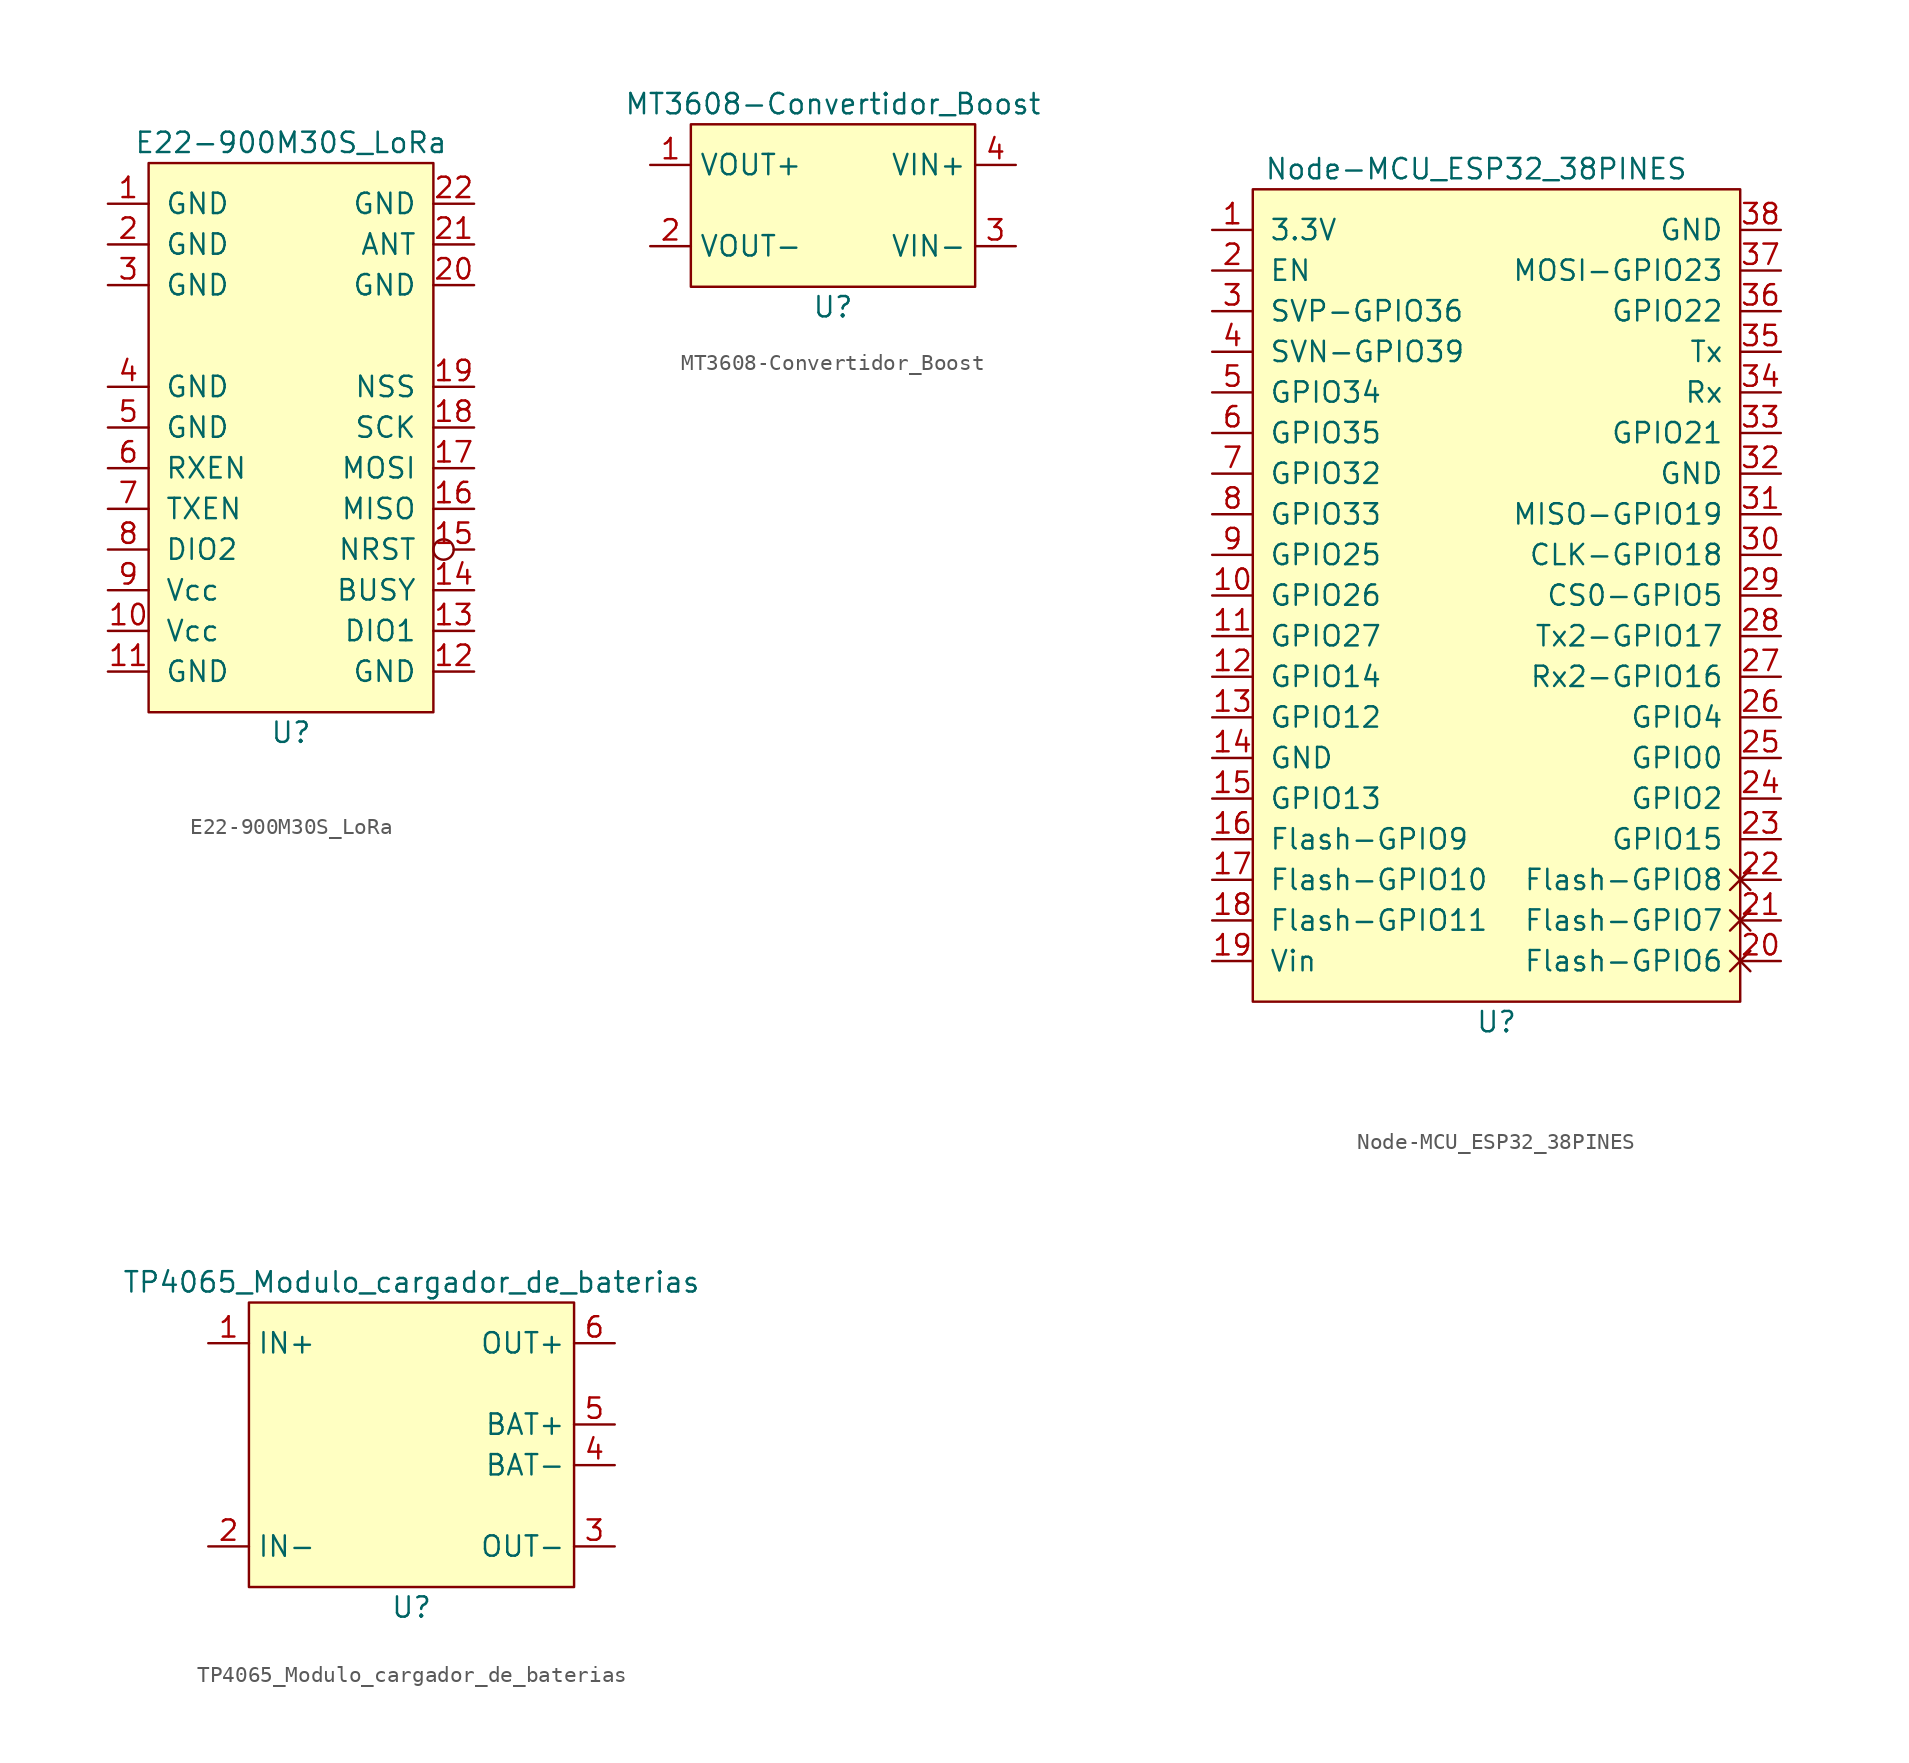
<source format=kicad_sym>
(kicad_symbol_lib
  (version 20220914)
  (generator kicad_symbol_editor)
  (symbol "E22-900M30S_LoRa"
    (pin_names
      (offset 1.016))
    (property "Reference" "U"
      (at 0 -19.05 0)
      (effects (font (size 1.27 1.27))))
    (property "Value" "E22-900M30S_LoRa"
      (at 0 17.78 0)
      (effects (font (size 1.27 1.27))))
    (symbol "E22-900M30S_LoRa_0_1"
      (rectangle (start 8.89 16.51) (end -8.89 -17.78) (stroke (width 0) (type default)) (fill (type background))))
    (symbol "E22-900M30S_LoRa_1_1"
      (pin power_in line (at -11.43 13.97 0) (length 2.54) (name "GND" (effects (font (size 1.27 1.27)))) (number "1" (effects (font (size 1.27 1.27)))))
      (pin power_in line (at -11.43 -12.7 0) (length 2.54) (name "Vcc" (effects (font (size 1.27 1.27)))) (number "10" (effects (font (size 1.27 1.27)))))
      (pin power_in line (at -11.43 -15.24 0) (length 2.54) (name "GND" (effects (font (size 1.27 1.27)))) (number "11" (effects (font (size 1.27 1.27)))))
      (pin power_in line (at 11.43 -15.24 180) (length 2.54) (name "GND" (effects (font (size 1.27 1.27)))) (number "12" (effects (font (size 1.27 1.27)))))
      (pin bidirectional line (at 11.43 -12.7 180) (length 2.54) (name "DIO1" (effects (font (size 1.27 1.27)))) (number "13" (effects (font (size 1.27 1.27)))))
      (pin output line (at 11.43 -10.16 180) (length 2.54) (name "BUSY" (effects (font (size 1.27 1.27)))) (number "14" (effects (font (size 1.27 1.27)))))
      (pin input inverted (at 11.43 -7.62 180) (length 2.54) (name "NRST" (effects (font (size 1.27 1.27)))) (number "15" (effects (font (size 1.27 1.27)))))
      (pin output line (at 11.43 -5.08 180) (length 2.54) (name "MISO" (effects (font (size 1.27 1.27)))) (number "16" (effects (font (size 1.27 1.27)))))
      (pin input line (at 11.43 -2.54 180) (length 2.54) (name "MOSI" (effects (font (size 1.27 1.27)))) (number "17" (effects (font (size 1.27 1.27)))))
      (pin input line (at 11.43 0 180) (length 2.54) (name "SCK" (effects (font (size 1.27 1.27)))) (number "18" (effects (font (size 1.27 1.27)))))
      (pin input line (at 11.43 2.54 180) (length 2.54) (name "NSS" (effects (font (size 1.27 1.27)))) (number "19" (effects (font (size 1.27 1.27)))))
      (pin power_in line (at -11.43 11.43 0) (length 2.54) (name "GND" (effects (font (size 1.27 1.27)))) (number "2" (effects (font (size 1.27 1.27)))))
      (pin power_in line (at 11.43 8.89 180) (length 2.54) (name "GND" (effects (font (size 1.27 1.27)))) (number "20" (effects (font (size 1.27 1.27)))))
      (pin output line (at 11.43 11.43 180) (length 2.54) (name "ANT" (effects (font (size 1.27 1.27)))) (number "21" (effects (font (size 1.27 1.27)))))
      (pin power_in line (at 11.43 13.97 180) (length 2.54) (name "GND" (effects (font (size 1.27 1.27)))) (number "22" (effects (font (size 1.27 1.27)))))
      (pin power_in line (at -11.43 8.89 0) (length 2.54) (name "GND" (effects (font (size 1.27 1.27)))) (number "3" (effects (font (size 1.27 1.27)))))
      (pin power_in line (at -11.43 2.54 0) (length 2.54) (name "GND" (effects (font (size 1.27 1.27)))) (number "4" (effects (font (size 1.27 1.27)))))
      (pin power_in line (at -11.43 0 0) (length 2.54) (name "GND" (effects (font (size 1.27 1.27)))) (number "5" (effects (font (size 1.27 1.27)))))
      (pin input line (at -11.43 -2.54 0) (length 2.54) (name "RXEN" (effects (font (size 1.27 1.27)))) (number "6" (effects (font (size 1.27 1.27)))))
      (pin input line (at -11.43 -5.08 0) (length 2.54) (name "TXEN" (effects (font (size 1.27 1.27)))) (number "7" (effects (font (size 1.27 1.27)))))
      (pin bidirectional line (at -11.43 -7.62 0) (length 2.54) (name "DIO2" (effects (font (size 1.27 1.27)))) (number "8" (effects (font (size 1.27 1.27)))))
      (pin power_in line (at -11.43 -10.16 0) (length 2.54) (name "Vcc" (effects (font (size 1.27 1.27)))) (number "9" (effects (font (size 1.27 1.27)))))))
  (symbol "MT3608-Convertidor_Boost"
    (property "Reference" "U"
      (at 0 -6.35 0)
      (effects (font (size 1.27 1.27))))
    (property "Value" "MT3608-Convertidor_Boost"
      (at 0 6.35 0)
      (effects (font (size 1.27 1.27))))
    (symbol "MT3608-Convertidor_Boost_0_1"
      (rectangle (start -8.89 5.08) (end 8.89 -5.08) (stroke (width 0) (type default)) (fill (type background))))
    (symbol "MT3608-Convertidor_Boost_1_1"
      (pin power_out line (at -11.43 2.54 0) (length 2.54) (name "VOUT+" (effects (font (size 1.27 1.27)))) (number "1" (effects (font (size 1.27 1.27)))))
      (pin power_out line (at -11.43 -2.54 0) (length 2.54) (name "VOUT-" (effects (font (size 1.27 1.27)))) (number "2" (effects (font (size 1.27 1.27)))))
      (pin power_in line (at 11.43 -2.54 180) (length 2.54) (name "VIN-" (effects (font (size 1.27 1.27)))) (number "3" (effects (font (size 1.27 1.27)))))
      (pin power_in line (at 11.43 2.54 180) (length 2.54) (name "VIN+" (effects (font (size 1.27 1.27)))) (number "4" (effects (font (size 1.27 1.27)))))))
  (symbol "Node-MCU_ESP32_38PINES"
    (pin_names
      (offset 1.016))
    (property "Reference" "U"
      (at 0 -27.94 0)
      (effects (font (size 1.27 1.27))))
    (property "Value" "Node-MCU_ESP32_38PINES"
      (at -1.27 25.4 0)
      (effects (font (size 1.27 1.27))))
    (symbol "Node-MCU_ESP32_38PINES_0_1"
      (rectangle (start -15.24 24.13) (end 15.24 -26.67) (stroke (width 0) (type default)) (fill (type background))))
    (symbol "Node-MCU_ESP32_38PINES_1_1"
      (pin power_in line (at -17.78 21.59 0) (length 2.54) (name "3.3V" (effects (font (size 1.27 1.27)))) (number "1" (effects (font (size 1.27 1.27)))))
      (pin bidirectional line (at -17.78 -1.27 0) (length 2.54) (name "GPIO26" (effects (font (size 1.27 1.27)))) (number "10" (effects (font (size 1.27 1.27)))))
      (pin bidirectional line (at -17.78 -3.81 0) (length 2.54) (name "GPIO27" (effects (font (size 1.27 1.27)))) (number "11" (effects (font (size 1.27 1.27)))))
      (pin bidirectional line (at -17.78 -6.35 0) (length 2.54) (name "GPIO14" (effects (font (size 1.27 1.27)))) (number "12" (effects (font (size 1.27 1.27)))))
      (pin bidirectional line (at -17.78 -8.89 0) (length 2.54) (name "GPIO12" (effects (font (size 1.27 1.27)))) (number "13" (effects (font (size 1.27 1.27)))))
      (pin power_in line (at -17.78 -11.43 0) (length 2.54) (name "GND" (effects (font (size 1.27 1.27)))) (number "14" (effects (font (size 1.27 1.27)))))
      (pin bidirectional line (at -17.78 -13.97 0) (length 2.54) (name "GPIO13" (effects (font (size 1.27 1.27)))) (number "15" (effects (font (size 1.27 1.27)))))
      (pin bidirectional line (at -17.78 -16.51 0) (length 2.54) (name "Flash-GPIO9" (effects (font (size 1.27 1.27)))) (number "16" (effects (font (size 1.27 1.27)))))
      (pin bidirectional line (at -17.78 -19.05 0) (length 2.54) (name "Flash-GPIO10" (effects (font (size 1.27 1.27)))) (number "17" (effects (font (size 1.27 1.27)))))
      (pin bidirectional line (at -17.78 -21.59 0) (length 2.54) (name "Flash-GPIO11" (effects (font (size 1.27 1.27)))) (number "18" (effects (font (size 1.27 1.27)))))
      (pin power_in line (at -17.78 -24.13 0) (length 2.54) (name "Vin" (effects (font (size 1.27 1.27)))) (number "19" (effects (font (size 1.27 1.27)))))
      (pin input line (at -17.78 19.05 0) (length 2.54) (name "EN" (effects (font (size 1.27 1.27)))) (number "2" (effects (font (size 1.27 1.27)))))
      (pin output non_logic (at 17.78 -24.13 180) (length 2.54) (name "Flash-GPIO6" (effects (font (size 1.27 1.27)))) (number "20" (effects (font (size 1.27 1.27)))))
      (pin bidirectional non_logic (at 17.78 -21.59 180) (length 2.54) (name "Flash-GPIO7" (effects (font (size 1.27 1.27)))) (number "21" (effects (font (size 1.27 1.27)))))
      (pin bidirectional non_logic (at 17.78 -19.05 180) (length 2.54) (name "Flash-GPIO8" (effects (font (size 1.27 1.27)))) (number "22" (effects (font (size 1.27 1.27)))))
      (pin bidirectional line (at 17.78 -16.51 180) (length 2.54) (name "GPIO15" (effects (font (size 1.27 1.27)))) (number "23" (effects (font (size 1.27 1.27)))))
      (pin bidirectional line (at 17.78 -13.97 180) (length 2.54) (name "GPIO2" (effects (font (size 1.27 1.27)))) (number "24" (effects (font (size 1.27 1.27)))))
      (pin bidirectional line (at 17.78 -11.43 180) (length 2.54) (name "GPIO0" (effects (font (size 1.27 1.27)))) (number "25" (effects (font (size 1.27 1.27)))))
      (pin bidirectional line (at 17.78 -8.89 180) (length 2.54) (name "GPIO4" (effects (font (size 1.27 1.27)))) (number "26" (effects (font (size 1.27 1.27)))))
      (pin bidirectional line (at 17.78 -6.35 180) (length 2.54) (name "Rx2-GPIO16" (effects (font (size 1.27 1.27)))) (number "27" (effects (font (size 1.27 1.27)))))
      (pin bidirectional line (at 17.78 -3.81 180) (length 2.54) (name "Tx2-GPIO17" (effects (font (size 1.27 1.27)))) (number "28" (effects (font (size 1.27 1.27)))))
      (pin bidirectional line (at 17.78 -1.27 180) (length 2.54) (name "CS0-GPIO5" (effects (font (size 1.27 1.27)))) (number "29" (effects (font (size 1.27 1.27)))))
      (pin bidirectional line (at -17.78 16.51 0) (length 2.54) (name "SVP-GPIO36" (effects (font (size 1.27 1.27)))) (number "3" (effects (font (size 1.27 1.27)))))
      (pin bidirectional line (at 17.78 1.27 180) (length 2.54) (name "CLK-GPIO18" (effects (font (size 1.27 1.27)))) (number "30" (effects (font (size 1.27 1.27)))))
      (pin bidirectional line (at 17.78 3.81 180) (length 2.54) (name "MISO-GPIO19" (effects (font (size 1.27 1.27)))) (number "31" (effects (font (size 1.27 1.27)))))
      (pin power_in line (at 17.78 6.35 180) (length 2.54) (name "GND" (effects (font (size 1.27 1.27)))) (number "32" (effects (font (size 1.27 1.27)))))
      (pin bidirectional line (at 17.78 8.89 180) (length 2.54) (name "GPIO21" (effects (font (size 1.27 1.27)))) (number "33" (effects (font (size 1.27 1.27)))))
      (pin input line (at 17.78 11.43 180) (length 2.54) (name "Rx" (effects (font (size 1.27 1.27)))) (number "34" (effects (font (size 1.27 1.27)))))
      (pin output line (at 17.78 13.97 180) (length 2.54) (name "Tx" (effects (font (size 1.27 1.27)))) (number "35" (effects (font (size 1.27 1.27)))))
      (pin bidirectional line (at 17.78 16.51 180) (length 2.54) (name "GPIO22" (effects (font (size 1.27 1.27)))) (number "36" (effects (font (size 1.27 1.27)))))
      (pin bidirectional line (at 17.78 19.05 180) (length 2.54) (name "MOSI-GPIO23" (effects (font (size 1.27 1.27)))) (number "37" (effects (font (size 1.27 1.27)))))
      (pin power_in line (at 17.78 21.59 180) (length 2.54) (name "GND" (effects (font (size 1.27 1.27)))) (number "38" (effects (font (size 1.27 1.27)))))
      (pin bidirectional line (at -17.78 13.97 0) (length 2.54) (name "SVN-GPIO39" (effects (font (size 1.27 1.27)))) (number "4" (effects (font (size 1.27 1.27)))))
      (pin bidirectional line (at -17.78 11.43 0) (length 2.54) (name "GPIO34" (effects (font (size 1.27 1.27)))) (number "5" (effects (font (size 1.27 1.27)))))
      (pin bidirectional line (at -17.78 8.89 0) (length 2.54) (name "GPIO35" (effects (font (size 1.27 1.27)))) (number "6" (effects (font (size 1.27 1.27)))))
      (pin bidirectional line (at -17.78 6.35 0) (length 2.54) (name "GPIO32" (effects (font (size 1.27 1.27)))) (number "7" (effects (font (size 1.27 1.27)))))
      (pin bidirectional line (at -17.78 3.81 0) (length 2.54) (name "GPIO33" (effects (font (size 1.27 1.27)))) (number "8" (effects (font (size 1.27 1.27)))))
      (pin bidirectional line (at -17.78 1.27 0) (length 2.54) (name "GPIO25" (effects (font (size 1.27 1.27)))) (number "9" (effects (font (size 1.27 1.27)))))))
  (symbol "TP4065_Modulo_cargador_de_baterias"
    (property "Reference" "U"
      (at 0 -10.16 0)
      (effects (font (size 1.27 1.27))))
    (property "Value" "TP4065_Modulo_cargador_de_baterias"
      (at 0 10.16 0)
      (effects (font (size 1.27 1.27))))
    (symbol "TP4065_Modulo_cargador_de_baterias_0_1"
      (rectangle (start 10.16 8.89) (end -10.16 -8.89) (stroke (width 0) (type default)) (fill (type background))))
    (symbol "TP4065_Modulo_cargador_de_baterias_1_1"
      (pin power_in line (at -12.7 6.35 0) (length 2.54) (name "IN+" (effects (font (size 1.27 1.27)))) (number "1" (effects (font (size 1.27 1.27)))))
      (pin power_in line (at -12.7 -6.35 0) (length 2.54) (name "IN-" (effects (font (size 1.27 1.27)))) (number "2" (effects (font (size 1.27 1.27)))))
      (pin power_out line (at 12.7 -6.35 180) (length 2.54) (name "OUT-" (effects (font (size 1.27 1.27)))) (number "3" (effects (font (size 1.27 1.27)))))
      (pin power_out line (at 12.7 -1.27 180) (length 2.54) (name "BAT-" (effects (font (size 1.27 1.27)))) (number "4" (effects (font (size 1.27 1.27)))))
      (pin power_out line (at 12.7 1.27 180) (length 2.54) (name "BAT+" (effects (font (size 1.27 1.27)))) (number "5" (effects (font (size 1.27 1.27)))))
      (pin power_out line (at 12.7 6.35 180) (length 2.54) (name "OUT+" (effects (font (size 1.27 1.27)))) (number "6" (effects (font (size 1.27 1.27))))))))
</source>
